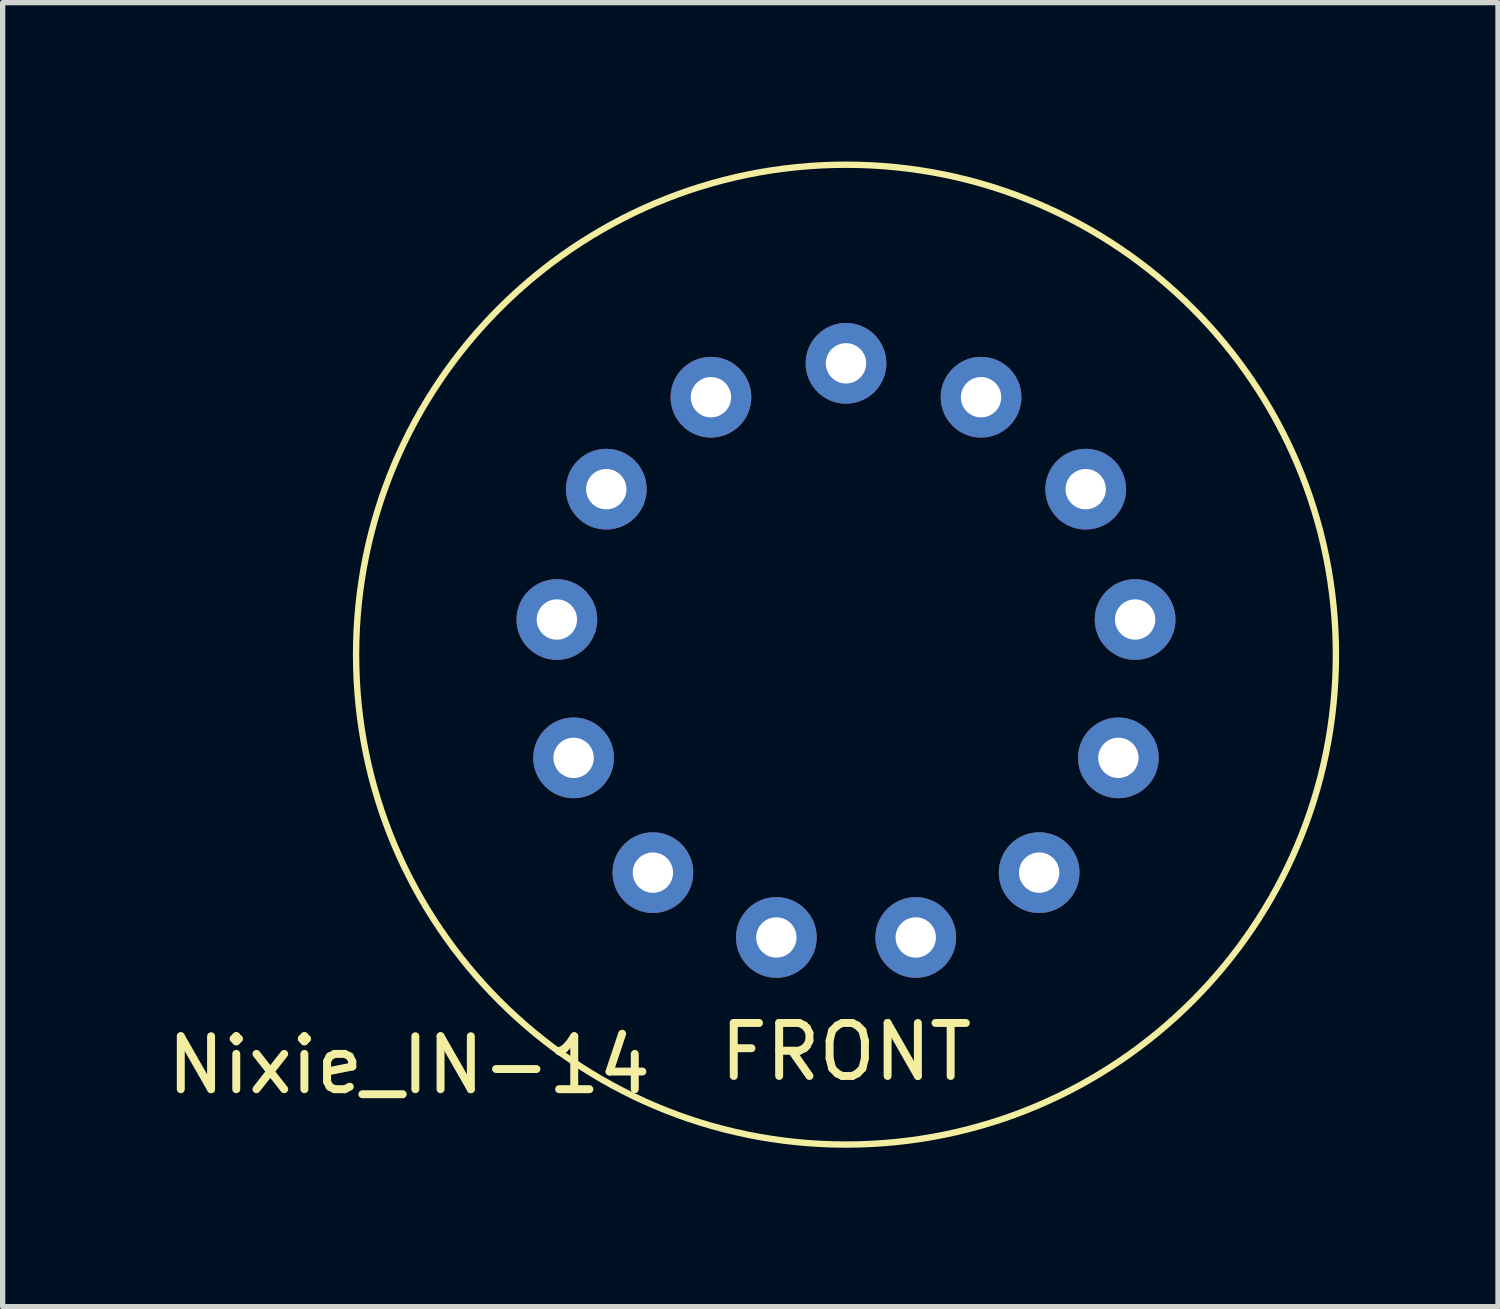
<source format=kicad_pcb>
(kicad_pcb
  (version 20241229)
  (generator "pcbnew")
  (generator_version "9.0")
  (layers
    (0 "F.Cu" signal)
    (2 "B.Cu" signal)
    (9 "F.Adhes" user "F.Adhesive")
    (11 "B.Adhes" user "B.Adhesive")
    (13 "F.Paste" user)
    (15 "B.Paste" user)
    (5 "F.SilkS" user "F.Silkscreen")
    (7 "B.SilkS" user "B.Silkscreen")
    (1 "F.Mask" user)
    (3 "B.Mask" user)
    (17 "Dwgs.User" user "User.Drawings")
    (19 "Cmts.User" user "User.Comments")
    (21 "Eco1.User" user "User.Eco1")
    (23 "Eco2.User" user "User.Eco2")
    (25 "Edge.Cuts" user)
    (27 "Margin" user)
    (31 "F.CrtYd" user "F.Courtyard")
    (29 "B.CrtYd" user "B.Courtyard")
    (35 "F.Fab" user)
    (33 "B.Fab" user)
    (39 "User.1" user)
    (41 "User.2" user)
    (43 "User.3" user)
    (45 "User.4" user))
  (footprint "Nixie_IN-14"
    (layer "F.Cu")
    (at 12.923 9.31)
    (property "Reference" "Nixie_IN-14" (at -8.25 7.75 0) (layer "F.SilkS") (effects (font (size 1 1) (thickness 0.15))))
    (attr through_hole)
    (fp_circle (center 0 0) (end 9.25 0) (stroke (width 0.12) (type solid)) (fill no) (layer "F.SilkS"))
    (fp_text user "FRONT" (at 0 7.5 0) (layer "F.SilkS") (effects (font (size 1 1) (thickness 0.15))))
    (pad "1" thru_hole circle (at 0 -5.5) (size 1.524 1.524) (drill 0.762) (layers "*.Cu" "*.Mask"))
    (pad "2" thru_hole circle (at 2.55 -4.86) (size 1.524 1.524) (drill 0.762) (layers "*.Cu" "*.Mask"))
    (pad "3" thru_hole circle (at 4.526 -3.124) (size 1.524 1.524) (drill 0.762) (layers "*.Cu" "*.Mask"))
    (pad "4" thru_hole circle (at 5.459 -0.663) (size 1.524 1.524) (drill 0.762) (layers "*.Cu" "*.Mask"))
    (pad "5" thru_hole circle (at 5.143 1.949) (size 1.524 1.524) (drill 0.762) (layers "*.Cu" "*.Mask"))
    (pad "6" thru_hole circle (at 3.647 4.116) (size 1.524 1.524) (drill 0.762) (layers "*.Cu" "*.Mask"))
    (pad "7" thru_hole circle (at 1.317 5.34) (size 1.524 1.524) (drill 0.762) (layers "*.Cu" "*.Mask"))
    (pad "8" thru_hole circle (at -1.315 5.34) (size 1.524 1.524) (drill 0.762) (layers "*.Cu" "*.Mask"))
    (pad "9" thru_hole circle (at -3.646 4.116) (size 1.524 1.524) (drill 0.762) (layers "*.Cu" "*.Mask"))
    (pad "10" thru_hole circle (at -5.143 1.949) (size 1.524 1.524) (drill 0.762) (layers "*.Cu" "*.Mask"))
    (pad "11" thru_hole circle (at -5.459 -0.663) (size 1.524 1.524) (drill 0.762) (layers "*.Cu" "*.Mask"))
    (pad "12" thru_hole circle (at -4.526 -3.124) (size 1.524 1.524) (drill 0.762) (layers "*.Cu" "*.Mask"))
    (pad "13" thru_hole circle (at -2.55 -4.86) (size 1.524 1.524) (drill 0.762) (layers "*.Cu" "*.Mask")))
  (gr_rect
    (start -3 -3)
    (end 25.233 21.62)
    (stroke (width 0.1) (type default))
    (fill no)
    (layer "Edge.Cuts")))
</source>
